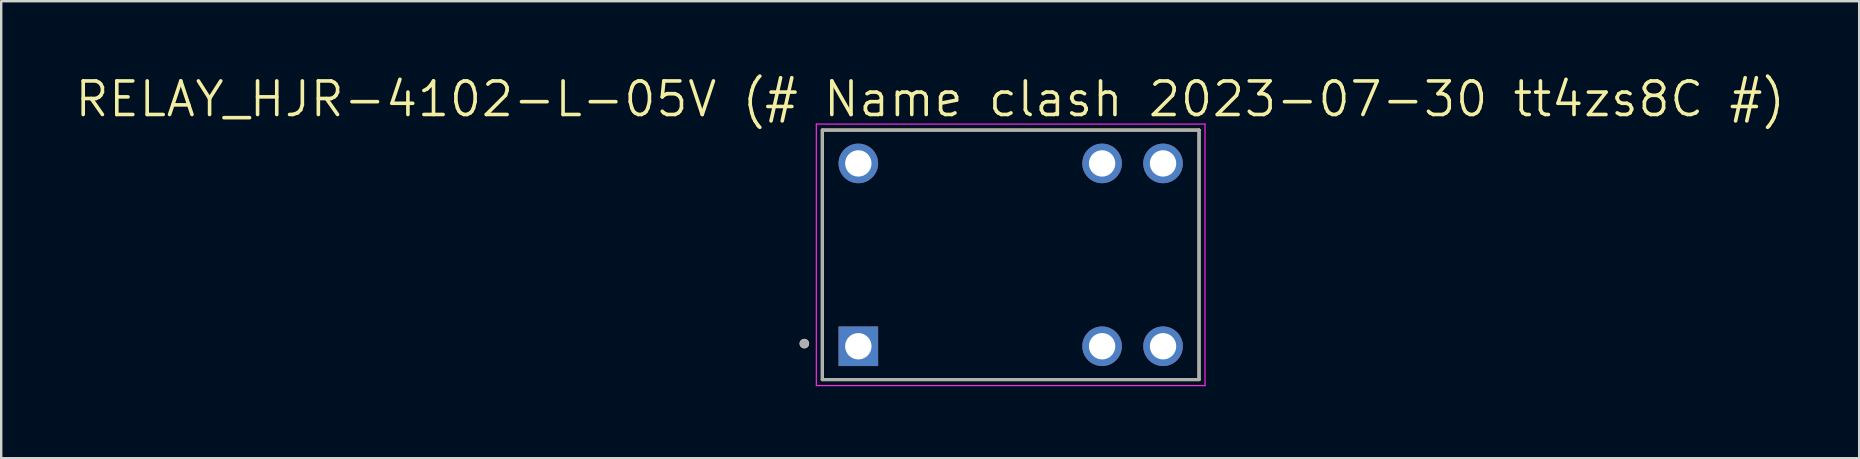
<source format=kicad_pcb>
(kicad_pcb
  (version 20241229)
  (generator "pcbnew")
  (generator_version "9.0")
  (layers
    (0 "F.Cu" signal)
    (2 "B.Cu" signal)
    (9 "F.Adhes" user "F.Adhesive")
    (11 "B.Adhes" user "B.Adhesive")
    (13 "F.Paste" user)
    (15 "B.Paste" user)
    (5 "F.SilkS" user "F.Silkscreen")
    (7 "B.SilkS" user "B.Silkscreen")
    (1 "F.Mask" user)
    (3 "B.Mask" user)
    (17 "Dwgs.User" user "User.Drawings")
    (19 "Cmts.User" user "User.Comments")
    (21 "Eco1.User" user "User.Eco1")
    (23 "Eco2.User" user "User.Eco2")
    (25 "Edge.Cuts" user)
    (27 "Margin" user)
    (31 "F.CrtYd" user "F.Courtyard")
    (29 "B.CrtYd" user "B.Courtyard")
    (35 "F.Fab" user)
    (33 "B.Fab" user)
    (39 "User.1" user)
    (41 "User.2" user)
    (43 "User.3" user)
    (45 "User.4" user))
  (footprint "RELAY_HJR-4102-L-05V (# Name clash 2023-07-30 tt4zs8C #)"
    (layer "F.Cu")
    (at 39.073 7.571)
    (property "Reference" "RELAY_HJR-4102-L-05V (# Name clash 2023-07-30 tt4zs8C #)" (at -3.355 -6.489 0) (layer "F.SilkS") (effects (font (size 1.4 1.4) (thickness 0.15))))
    (attr through_hole)
    (fp_line (start -7.85 -5.2) (end 7.85 -5.2) (stroke (width 0.127) (type solid)) (layer "F.SilkS"))
    (fp_line (start -7.85 5.2) (end -7.85 -5.2) (stroke (width 0.127) (type solid)) (layer "F.SilkS"))
    (fp_line (start 7.85 -5.2) (end 7.85 5.2) (stroke (width 0.127) (type solid)) (layer "F.SilkS"))
    (fp_line (start 7.85 5.2) (end -7.85 5.2) (stroke (width 0.127) (type solid)) (layer "F.SilkS"))
    (fp_circle (center -8.6 3.7) (end -8.5 3.7) (stroke (width 0.2) (type solid)) (fill no) (layer "F.SilkS"))
    (fp_line (start -8.1 -5.45) (end 8.1 -5.45) (stroke (width 0.05) (type solid)) (layer "F.CrtYd"))
    (fp_line (start -8.1 5.45) (end -8.1 -5.45) (stroke (width 0.05) (type solid)) (layer "F.CrtYd"))
    (fp_line (start 8.1 -5.45) (end 8.1 5.45) (stroke (width 0.05) (type solid)) (layer "F.CrtYd"))
    (fp_line (start 8.1 5.45) (end -8.1 5.45) (stroke (width 0.05) (type solid)) (layer "F.CrtYd"))
    (fp_line (start -7.85 -5.2) (end 7.85 -5.2) (stroke (width 0.127) (type solid)) (layer "F.Fab"))
    (fp_line (start -7.85 5.2) (end -7.85 -5.2) (stroke (width 0.127) (type solid)) (layer "F.Fab"))
    (fp_line (start 7.85 -5.2) (end 7.85 5.2) (stroke (width 0.127) (type solid)) (layer "F.Fab"))
    (fp_line (start 7.85 5.2) (end -7.85 5.2) (stroke (width 0.127) (type solid)) (layer "F.Fab"))
    (fp_circle (center -8.6 3.7) (end -8.5 3.7) (stroke (width 0.2) (type solid)) (fill no) (layer "F.Fab"))
    (pad "1" thru_hole rect (at -6.35 3.81) (size 1.65 1.65) (drill 1.1) (layers "*.Cu" "*.Mask"))
    (pad "5" thru_hole circle (at 3.81 3.81) (size 1.65 1.65) (drill 1.1) (layers "*.Cu" "*.Mask"))
    (pad "6" thru_hole circle (at 6.35 3.81) (size 1.65 1.65) (drill 1.1) (layers "*.Cu" "*.Mask"))
    (pad "7" thru_hole circle (at 6.35 -3.81) (size 1.65 1.65) (drill 1.1) (layers "*.Cu" "*.Mask"))
    (pad "8" thru_hole circle (at 3.81 -3.81) (size 1.65 1.65) (drill 1.1) (layers "*.Cu" "*.Mask"))
    (pad "12" thru_hole circle (at -6.35 -3.81) (size 1.65 1.65) (drill 1.1) (layers "*.Cu" "*.Mask")))
  (gr_rect
    (start -3 -3)
    (end 74.437 16.046)
    (stroke (width 0.1) (type default))
    (fill no)
    (layer "Edge.Cuts")))
</source>
